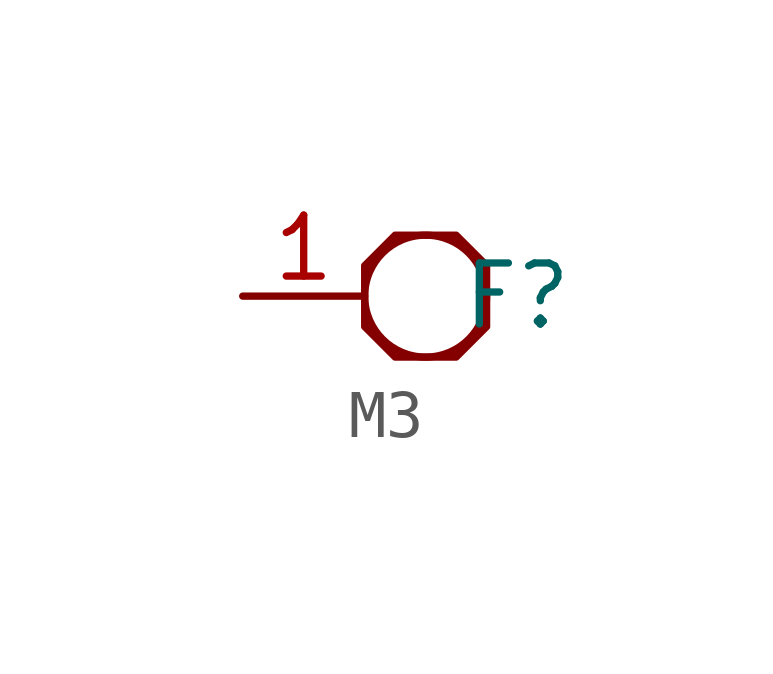
<source format=kicad_sym>
(kicad_symbol_lib
  (version 20211014)
  (generator kicad_symbol_editor)
  (symbol "M3"
    (property "Reference" "F"
      (at 1.905 0 0)
      (effects (font (size 1.27 1.27))))
    (symbol "M3_0_1"
      (polyline (pts (xy -0.635 1.27) (xy 0.635 1.27) (xy 1.27 0.635) (xy 1.27 -0.635) (xy 0.635 -1.27) (xy -0.635 -1.27) (xy -1.27 -0.635) (xy -1.27 0.635) (xy -0.635 1.27)) (stroke (width 0.152) (type default) (color 0 0 0 0)) (fill (type none)))
      (circle (center 0 0) (radius 1.27) (stroke (width 0.152) (type default) (color 0 0 0 0)) (fill (type none))))
    (symbol "M3_1_1"
      (pin passive line (at -3.81 0 0) (length 2.54) (name "" (effects (font (size 1.27 1.27)))) (number "1" (effects (font (size 1.27 1.27))))))))
</source>
